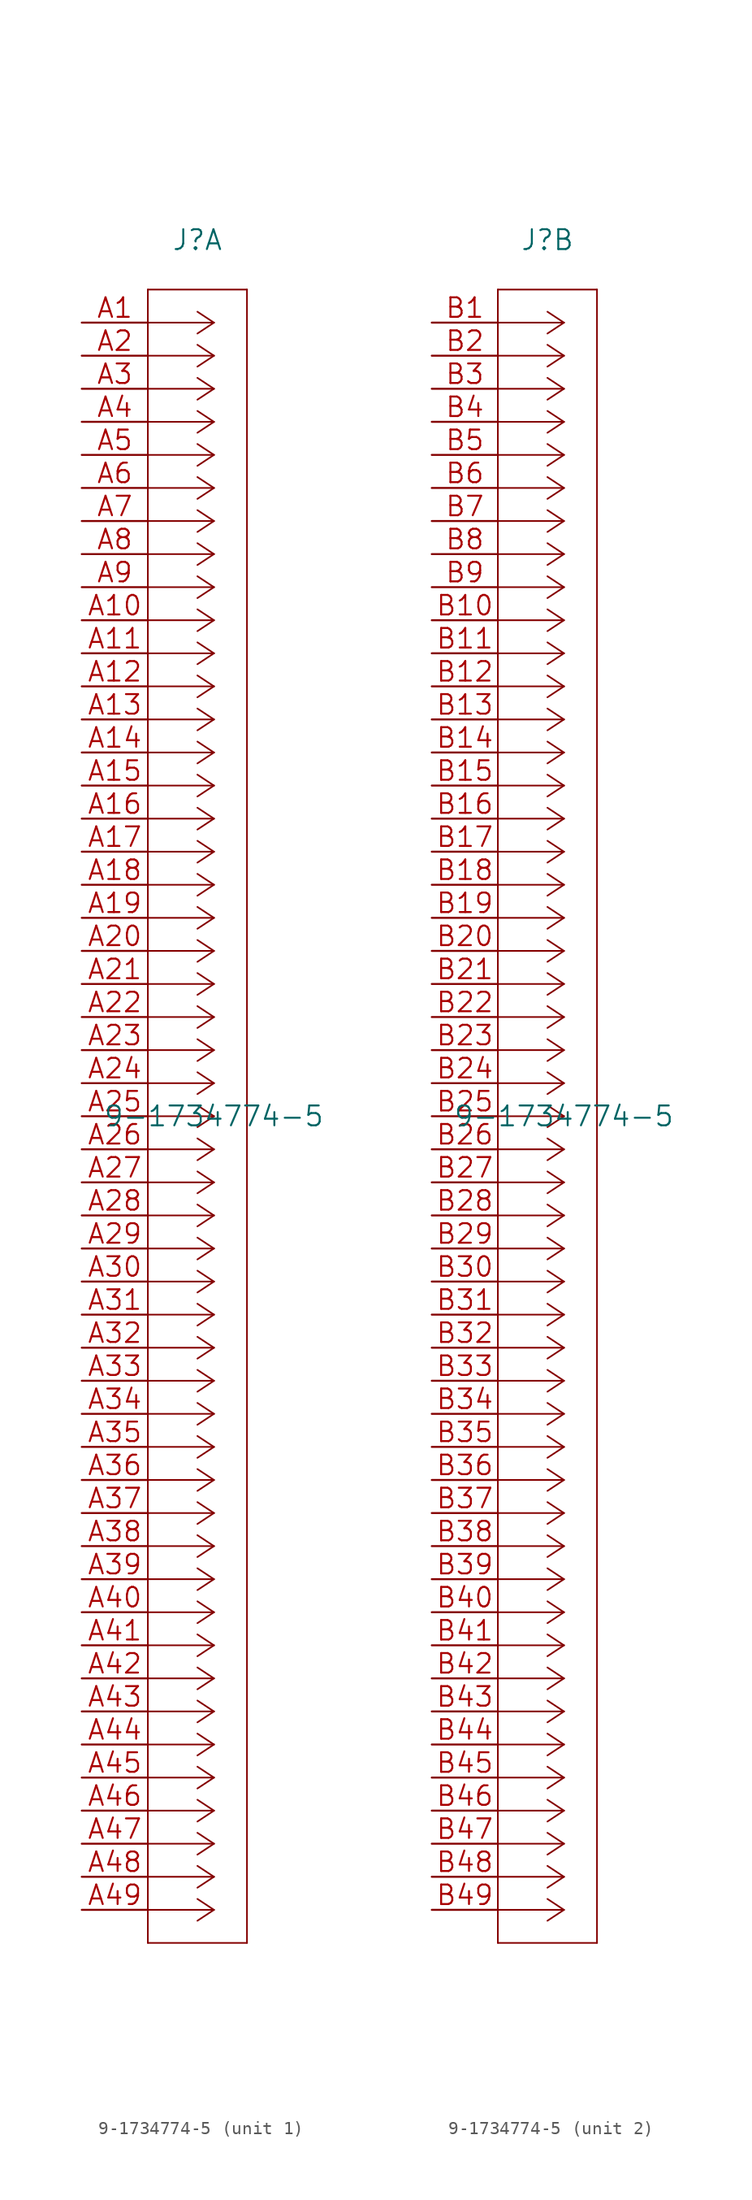
<source format=kicad_sym>
(kicad_symbol_lib
  (version 20220914)
  (generator kicad_symbol_editor)
  (symbol "9-1734774-5"
    (pin_names
      (offset 0.254) hide)
    (property "Reference" "J"
      (at 8.89 6.35 0)
      (effects (font (size 1.524 1.524))))
    (property "Value" "9-1734774-5"
      (at 10.16 -60.96 0)
      (effects (font (size 1.524 1.524))))
    (property "Datasheet" ""
      (at 0 0 0)
      (effects (font (size 1.524 1.524))))
    (property "ki_locked" ""
      (at 0 0 0)
      (effects (font (size 1.27 1.27))))
    (symbol "9-1734774-5_1_1"
      (polyline (pts (xy 5.08 -124.46) (xy 12.7 -124.46)) (stroke (width 0.127) (type solid)) (fill (type none)))
      (polyline (pts (xy 5.08 2.54) (xy 5.08 -124.46)) (stroke (width 0.127) (type solid)) (fill (type none)))
      (polyline (pts (xy 10.16 -121.92) (xy 5.08 -121.92)) (stroke (width 0.127) (type solid)) (fill (type none)))
      (polyline (pts (xy 10.16 -121.92) (xy 8.89 -122.758)) (stroke (width 0.127) (type solid)) (fill (type none)))
      (polyline (pts (xy 10.16 -121.92) (xy 8.89 -121.082)) (stroke (width 0.127) (type solid)) (fill (type none)))
      (polyline (pts (xy 10.16 -119.38) (xy 5.08 -119.38)) (stroke (width 0.127) (type solid)) (fill (type none)))
      (polyline (pts (xy 10.16 -119.38) (xy 8.89 -120.218)) (stroke (width 0.127) (type solid)) (fill (type none)))
      (polyline (pts (xy 10.16 -119.38) (xy 8.89 -118.542)) (stroke (width 0.127) (type solid)) (fill (type none)))
      (polyline (pts (xy 10.16 -116.84) (xy 5.08 -116.84)) (stroke (width 0.127) (type solid)) (fill (type none)))
      (polyline (pts (xy 10.16 -116.84) (xy 8.89 -117.678)) (stroke (width 0.127) (type solid)) (fill (type none)))
      (polyline (pts (xy 10.16 -116.84) (xy 8.89 -116.002)) (stroke (width 0.127) (type solid)) (fill (type none)))
      (polyline (pts (xy 10.16 -114.3) (xy 5.08 -114.3)) (stroke (width 0.127) (type solid)) (fill (type none)))
      (polyline (pts (xy 10.16 -114.3) (xy 8.89 -115.138)) (stroke (width 0.127) (type solid)) (fill (type none)))
      (polyline (pts (xy 10.16 -114.3) (xy 8.89 -113.462)) (stroke (width 0.127) (type solid)) (fill (type none)))
      (polyline (pts (xy 10.16 -111.76) (xy 5.08 -111.76)) (stroke (width 0.127) (type solid)) (fill (type none)))
      (polyline (pts (xy 10.16 -111.76) (xy 8.89 -112.598)) (stroke (width 0.127) (type solid)) (fill (type none)))
      (polyline (pts (xy 10.16 -111.76) (xy 8.89 -110.922)) (stroke (width 0.127) (type solid)) (fill (type none)))
      (polyline (pts (xy 10.16 -109.22) (xy 5.08 -109.22)) (stroke (width 0.127) (type solid)) (fill (type none)))
      (polyline (pts (xy 10.16 -109.22) (xy 8.89 -110.058)) (stroke (width 0.127) (type solid)) (fill (type none)))
      (polyline (pts (xy 10.16 -109.22) (xy 8.89 -108.382)) (stroke (width 0.127) (type solid)) (fill (type none)))
      (polyline (pts (xy 10.16 -106.68) (xy 5.08 -106.68)) (stroke (width 0.127) (type solid)) (fill (type none)))
      (polyline (pts (xy 10.16 -106.68) (xy 8.89 -107.518)) (stroke (width 0.127) (type solid)) (fill (type none)))
      (polyline (pts (xy 10.16 -106.68) (xy 8.89 -105.842)) (stroke (width 0.127) (type solid)) (fill (type none)))
      (polyline (pts (xy 10.16 -104.14) (xy 5.08 -104.14)) (stroke (width 0.127) (type solid)) (fill (type none)))
      (polyline (pts (xy 10.16 -104.14) (xy 8.89 -104.978)) (stroke (width 0.127) (type solid)) (fill (type none)))
      (polyline (pts (xy 10.16 -104.14) (xy 8.89 -103.302)) (stroke (width 0.127) (type solid)) (fill (type none)))
      (polyline (pts (xy 10.16 -101.6) (xy 5.08 -101.6)) (stroke (width 0.127) (type solid)) (fill (type none)))
      (polyline (pts (xy 10.16 -101.6) (xy 8.89 -102.438)) (stroke (width 0.127) (type solid)) (fill (type none)))
      (polyline (pts (xy 10.16 -101.6) (xy 8.89 -100.762)) (stroke (width 0.127) (type solid)) (fill (type none)))
      (polyline (pts (xy 10.16 -99.06) (xy 5.08 -99.06)) (stroke (width 0.127) (type solid)) (fill (type none)))
      (polyline (pts (xy 10.16 -99.06) (xy 8.89 -99.898)) (stroke (width 0.127) (type solid)) (fill (type none)))
      (polyline (pts (xy 10.16 -99.06) (xy 8.89 -98.222)) (stroke (width 0.127) (type solid)) (fill (type none)))
      (polyline (pts (xy 10.16 -96.52) (xy 5.08 -96.52)) (stroke (width 0.127) (type solid)) (fill (type none)))
      (polyline (pts (xy 10.16 -96.52) (xy 8.89 -97.358)) (stroke (width 0.127) (type solid)) (fill (type none)))
      (polyline (pts (xy 10.16 -96.52) (xy 8.89 -95.682)) (stroke (width 0.127) (type solid)) (fill (type none)))
      (polyline (pts (xy 10.16 -93.98) (xy 5.08 -93.98)) (stroke (width 0.127) (type solid)) (fill (type none)))
      (polyline (pts (xy 10.16 -93.98) (xy 8.89 -94.818)) (stroke (width 0.127) (type solid)) (fill (type none)))
      (polyline (pts (xy 10.16 -93.98) (xy 8.89 -93.142)) (stroke (width 0.127) (type solid)) (fill (type none)))
      (polyline (pts (xy 10.16 -91.44) (xy 5.08 -91.44)) (stroke (width 0.127) (type solid)) (fill (type none)))
      (polyline (pts (xy 10.16 -91.44) (xy 8.89 -92.278)) (stroke (width 0.127) (type solid)) (fill (type none)))
      (polyline (pts (xy 10.16 -91.44) (xy 8.89 -90.602)) (stroke (width 0.127) (type solid)) (fill (type none)))
      (polyline (pts (xy 10.16 -88.9) (xy 5.08 -88.9)) (stroke (width 0.127) (type solid)) (fill (type none)))
      (polyline (pts (xy 10.16 -88.9) (xy 8.89 -89.738)) (stroke (width 0.127) (type solid)) (fill (type none)))
      (polyline (pts (xy 10.16 -88.9) (xy 8.89 -88.062)) (stroke (width 0.127) (type solid)) (fill (type none)))
      (polyline (pts (xy 10.16 -86.36) (xy 5.08 -86.36)) (stroke (width 0.127) (type solid)) (fill (type none)))
      (polyline (pts (xy 10.16 -86.36) (xy 8.89 -87.198)) (stroke (width 0.127) (type solid)) (fill (type none)))
      (polyline (pts (xy 10.16 -86.36) (xy 8.89 -85.522)) (stroke (width 0.127) (type solid)) (fill (type none)))
      (polyline (pts (xy 10.16 -83.82) (xy 5.08 -83.82)) (stroke (width 0.127) (type solid)) (fill (type none)))
      (polyline (pts (xy 10.16 -83.82) (xy 8.89 -84.658)) (stroke (width 0.127) (type solid)) (fill (type none)))
      (polyline (pts (xy 10.16 -83.82) (xy 8.89 -82.982)) (stroke (width 0.127) (type solid)) (fill (type none)))
      (polyline (pts (xy 10.16 -81.28) (xy 5.08 -81.28)) (stroke (width 0.127) (type solid)) (fill (type none)))
      (polyline (pts (xy 10.16 -81.28) (xy 8.89 -82.118)) (stroke (width 0.127) (type solid)) (fill (type none)))
      (polyline (pts (xy 10.16 -81.28) (xy 8.89 -80.442)) (stroke (width 0.127) (type solid)) (fill (type none)))
      (polyline (pts (xy 10.16 -78.74) (xy 5.08 -78.74)) (stroke (width 0.127) (type solid)) (fill (type none)))
      (polyline (pts (xy 10.16 -78.74) (xy 8.89 -79.578)) (stroke (width 0.127) (type solid)) (fill (type none)))
      (polyline (pts (xy 10.16 -78.74) (xy 8.89 -77.902)) (stroke (width 0.127) (type solid)) (fill (type none)))
      (polyline (pts (xy 10.16 -76.2) (xy 5.08 -76.2)) (stroke (width 0.127) (type solid)) (fill (type none)))
      (polyline (pts (xy 10.16 -76.2) (xy 8.89 -77.038)) (stroke (width 0.127) (type solid)) (fill (type none)))
      (polyline (pts (xy 10.16 -76.2) (xy 8.89 -75.362)) (stroke (width 0.127) (type solid)) (fill (type none)))
      (polyline (pts (xy 10.16 -73.66) (xy 5.08 -73.66)) (stroke (width 0.127) (type solid)) (fill (type none)))
      (polyline (pts (xy 10.16 -73.66) (xy 8.89 -74.498)) (stroke (width 0.127) (type solid)) (fill (type none)))
      (polyline (pts (xy 10.16 -73.66) (xy 8.89 -72.822)) (stroke (width 0.127) (type solid)) (fill (type none)))
      (polyline (pts (xy 10.16 -71.12) (xy 5.08 -71.12)) (stroke (width 0.127) (type solid)) (fill (type none)))
      (polyline (pts (xy 10.16 -71.12) (xy 8.89 -71.958)) (stroke (width 0.127) (type solid)) (fill (type none)))
      (polyline (pts (xy 10.16 -71.12) (xy 8.89 -70.282)) (stroke (width 0.127) (type solid)) (fill (type none)))
      (polyline (pts (xy 10.16 -68.58) (xy 5.08 -68.58)) (stroke (width 0.127) (type solid)) (fill (type none)))
      (polyline (pts (xy 10.16 -68.58) (xy 8.89 -69.418)) (stroke (width 0.127) (type solid)) (fill (type none)))
      (polyline (pts (xy 10.16 -68.58) (xy 8.89 -67.742)) (stroke (width 0.127) (type solid)) (fill (type none)))
      (polyline (pts (xy 10.16 -66.04) (xy 5.08 -66.04)) (stroke (width 0.127) (type solid)) (fill (type none)))
      (polyline (pts (xy 10.16 -66.04) (xy 8.89 -66.878)) (stroke (width 0.127) (type solid)) (fill (type none)))
      (polyline (pts (xy 10.16 -66.04) (xy 8.89 -65.202)) (stroke (width 0.127) (type solid)) (fill (type none)))
      (polyline (pts (xy 10.16 -63.5) (xy 5.08 -63.5)) (stroke (width 0.127) (type solid)) (fill (type none)))
      (polyline (pts (xy 10.16 -63.5) (xy 8.89 -64.338)) (stroke (width 0.127) (type solid)) (fill (type none)))
      (polyline (pts (xy 10.16 -63.5) (xy 8.89 -62.662)) (stroke (width 0.127) (type solid)) (fill (type none)))
      (polyline (pts (xy 10.16 -60.96) (xy 5.08 -60.96)) (stroke (width 0.127) (type solid)) (fill (type none)))
      (polyline (pts (xy 10.16 -60.96) (xy 8.89 -61.798)) (stroke (width 0.127) (type solid)) (fill (type none)))
      (polyline (pts (xy 10.16 -60.96) (xy 8.89 -60.122)) (stroke (width 0.127) (type solid)) (fill (type none)))
      (polyline (pts (xy 10.16 -58.42) (xy 5.08 -58.42)) (stroke (width 0.127) (type solid)) (fill (type none)))
      (polyline (pts (xy 10.16 -58.42) (xy 8.89 -59.258)) (stroke (width 0.127) (type solid)) (fill (type none)))
      (polyline (pts (xy 10.16 -58.42) (xy 8.89 -57.582)) (stroke (width 0.127) (type solid)) (fill (type none)))
      (polyline (pts (xy 10.16 -55.88) (xy 5.08 -55.88)) (stroke (width 0.127) (type solid)) (fill (type none)))
      (polyline (pts (xy 10.16 -55.88) (xy 8.89 -56.718)) (stroke (width 0.127) (type solid)) (fill (type none)))
      (polyline (pts (xy 10.16 -55.88) (xy 8.89 -55.042)) (stroke (width 0.127) (type solid)) (fill (type none)))
      (polyline (pts (xy 10.16 -53.34) (xy 5.08 -53.34)) (stroke (width 0.127) (type solid)) (fill (type none)))
      (polyline (pts (xy 10.16 -53.34) (xy 8.89 -54.178)) (stroke (width 0.127) (type solid)) (fill (type none)))
      (polyline (pts (xy 10.16 -53.34) (xy 8.89 -52.502)) (stroke (width 0.127) (type solid)) (fill (type none)))
      (polyline (pts (xy 10.16 -50.8) (xy 5.08 -50.8)) (stroke (width 0.127) (type solid)) (fill (type none)))
      (polyline (pts (xy 10.16 -50.8) (xy 8.89 -51.638)) (stroke (width 0.127) (type solid)) (fill (type none)))
      (polyline (pts (xy 10.16 -50.8) (xy 8.89 -49.962)) (stroke (width 0.127) (type solid)) (fill (type none)))
      (polyline (pts (xy 10.16 -48.26) (xy 5.08 -48.26)) (stroke (width 0.127) (type solid)) (fill (type none)))
      (polyline (pts (xy 10.16 -48.26) (xy 8.89 -49.098)) (stroke (width 0.127) (type solid)) (fill (type none)))
      (polyline (pts (xy 10.16 -48.26) (xy 8.89 -47.422)) (stroke (width 0.127) (type solid)) (fill (type none)))
      (polyline (pts (xy 10.16 -45.72) (xy 5.08 -45.72)) (stroke (width 0.127) (type solid)) (fill (type none)))
      (polyline (pts (xy 10.16 -45.72) (xy 8.89 -46.558)) (stroke (width 0.127) (type solid)) (fill (type none)))
      (polyline (pts (xy 10.16 -45.72) (xy 8.89 -44.882)) (stroke (width 0.127) (type solid)) (fill (type none)))
      (polyline (pts (xy 10.16 -43.18) (xy 5.08 -43.18)) (stroke (width 0.127) (type solid)) (fill (type none)))
      (polyline (pts (xy 10.16 -43.18) (xy 8.89 -44.018)) (stroke (width 0.127) (type solid)) (fill (type none)))
      (polyline (pts (xy 10.16 -43.18) (xy 8.89 -42.342)) (stroke (width 0.127) (type solid)) (fill (type none)))
      (polyline (pts (xy 10.16 -40.64) (xy 5.08 -40.64)) (stroke (width 0.127) (type solid)) (fill (type none)))
      (polyline (pts (xy 10.16 -40.64) (xy 8.89 -41.478)) (stroke (width 0.127) (type solid)) (fill (type none)))
      (polyline (pts (xy 10.16 -40.64) (xy 8.89 -39.802)) (stroke (width 0.127) (type solid)) (fill (type none)))
      (polyline (pts (xy 10.16 -38.1) (xy 5.08 -38.1)) (stroke (width 0.127) (type solid)) (fill (type none)))
      (polyline (pts (xy 10.16 -38.1) (xy 8.89 -38.938)) (stroke (width 0.127) (type solid)) (fill (type none)))
      (polyline (pts (xy 10.16 -38.1) (xy 8.89 -37.262)) (stroke (width 0.127) (type solid)) (fill (type none)))
      (polyline (pts (xy 10.16 -35.56) (xy 5.08 -35.56)) (stroke (width 0.127) (type solid)) (fill (type none)))
      (polyline (pts (xy 10.16 -35.56) (xy 8.89 -36.398)) (stroke (width 0.127) (type solid)) (fill (type none)))
      (polyline (pts (xy 10.16 -35.56) (xy 8.89 -34.722)) (stroke (width 0.127) (type solid)) (fill (type none)))
      (polyline (pts (xy 10.16 -33.02) (xy 5.08 -33.02)) (stroke (width 0.127) (type solid)) (fill (type none)))
      (polyline (pts (xy 10.16 -33.02) (xy 8.89 -33.858)) (stroke (width 0.127) (type solid)) (fill (type none)))
      (polyline (pts (xy 10.16 -33.02) (xy 8.89 -32.182)) (stroke (width 0.127) (type solid)) (fill (type none)))
      (polyline (pts (xy 10.16 -30.48) (xy 5.08 -30.48)) (stroke (width 0.127) (type solid)) (fill (type none)))
      (polyline (pts (xy 10.16 -30.48) (xy 8.89 -31.318)) (stroke (width 0.127) (type solid)) (fill (type none)))
      (polyline (pts (xy 10.16 -30.48) (xy 8.89 -29.642)) (stroke (width 0.127) (type solid)) (fill (type none)))
      (polyline (pts (xy 10.16 -27.94) (xy 5.08 -27.94)) (stroke (width 0.127) (type solid)) (fill (type none)))
      (polyline (pts (xy 10.16 -27.94) (xy 8.89 -28.778)) (stroke (width 0.127) (type solid)) (fill (type none)))
      (polyline (pts (xy 10.16 -27.94) (xy 8.89 -27.102)) (stroke (width 0.127) (type solid)) (fill (type none)))
      (polyline (pts (xy 10.16 -25.4) (xy 5.08 -25.4)) (stroke (width 0.127) (type solid)) (fill (type none)))
      (polyline (pts (xy 10.16 -25.4) (xy 8.89 -26.238)) (stroke (width 0.127) (type solid)) (fill (type none)))
      (polyline (pts (xy 10.16 -25.4) (xy 8.89 -24.562)) (stroke (width 0.127) (type solid)) (fill (type none)))
      (polyline (pts (xy 10.16 -22.86) (xy 5.08 -22.86)) (stroke (width 0.127) (type solid)) (fill (type none)))
      (polyline (pts (xy 10.16 -22.86) (xy 8.89 -23.698)) (stroke (width 0.127) (type solid)) (fill (type none)))
      (polyline (pts (xy 10.16 -22.86) (xy 8.89 -22.022)) (stroke (width 0.127) (type solid)) (fill (type none)))
      (polyline (pts (xy 10.16 -20.32) (xy 5.08 -20.32)) (stroke (width 0.127) (type solid)) (fill (type none)))
      (polyline (pts (xy 10.16 -20.32) (xy 8.89 -21.158)) (stroke (width 0.127) (type solid)) (fill (type none)))
      (polyline (pts (xy 10.16 -20.32) (xy 8.89 -19.482)) (stroke (width 0.127) (type solid)) (fill (type none)))
      (polyline (pts (xy 10.16 -17.78) (xy 5.08 -17.78)) (stroke (width 0.127) (type solid)) (fill (type none)))
      (polyline (pts (xy 10.16 -17.78) (xy 8.89 -18.618)) (stroke (width 0.127) (type solid)) (fill (type none)))
      (polyline (pts (xy 10.16 -17.78) (xy 8.89 -16.942)) (stroke (width 0.127) (type solid)) (fill (type none)))
      (polyline (pts (xy 10.16 -15.24) (xy 5.08 -15.24)) (stroke (width 0.127) (type solid)) (fill (type none)))
      (polyline (pts (xy 10.16 -15.24) (xy 8.89 -16.078)) (stroke (width 0.127) (type solid)) (fill (type none)))
      (polyline (pts (xy 10.16 -15.24) (xy 8.89 -14.402)) (stroke (width 0.127) (type solid)) (fill (type none)))
      (polyline (pts (xy 10.16 -12.7) (xy 5.08 -12.7)) (stroke (width 0.127) (type solid)) (fill (type none)))
      (polyline (pts (xy 10.16 -12.7) (xy 8.89 -13.538)) (stroke (width 0.127) (type solid)) (fill (type none)))
      (polyline (pts (xy 10.16 -12.7) (xy 8.89 -11.862)) (stroke (width 0.127) (type solid)) (fill (type none)))
      (polyline (pts (xy 10.16 -10.16) (xy 5.08 -10.16)) (stroke (width 0.127) (type solid)) (fill (type none)))
      (polyline (pts (xy 10.16 -10.16) (xy 8.89 -10.998)) (stroke (width 0.127) (type solid)) (fill (type none)))
      (polyline (pts (xy 10.16 -10.16) (xy 8.89 -9.322)) (stroke (width 0.127) (type solid)) (fill (type none)))
      (polyline (pts (xy 10.16 -7.62) (xy 5.08 -7.62)) (stroke (width 0.127) (type solid)) (fill (type none)))
      (polyline (pts (xy 10.16 -7.62) (xy 8.89 -8.458)) (stroke (width 0.127) (type solid)) (fill (type none)))
      (polyline (pts (xy 10.16 -7.62) (xy 8.89 -6.782)) (stroke (width 0.127) (type solid)) (fill (type none)))
      (polyline (pts (xy 10.16 -5.08) (xy 5.08 -5.08)) (stroke (width 0.127) (type solid)) (fill (type none)))
      (polyline (pts (xy 10.16 -5.08) (xy 8.89 -5.918)) (stroke (width 0.127) (type solid)) (fill (type none)))
      (polyline (pts (xy 10.16 -5.08) (xy 8.89 -4.242)) (stroke (width 0.127) (type solid)) (fill (type none)))
      (polyline (pts (xy 10.16 -2.54) (xy 5.08 -2.54)) (stroke (width 0.127) (type solid)) (fill (type none)))
      (polyline (pts (xy 10.16 -2.54) (xy 8.89 -3.378)) (stroke (width 0.127) (type solid)) (fill (type none)))
      (polyline (pts (xy 10.16 -2.54) (xy 8.89 -1.702)) (stroke (width 0.127) (type solid)) (fill (type none)))
      (polyline (pts (xy 10.16 0) (xy 5.08 0)) (stroke (width 0.127) (type solid)) (fill (type none)))
      (polyline (pts (xy 10.16 0) (xy 8.89 -0.838)) (stroke (width 0.127) (type solid)) (fill (type none)))
      (polyline (pts (xy 10.16 0) (xy 8.89 0.838)) (stroke (width 0.127) (type solid)) (fill (type none)))
      (polyline (pts (xy 12.7 -124.46) (xy 12.7 2.54)) (stroke (width 0.127) (type solid)) (fill (type none)))
      (polyline (pts (xy 12.7 2.54) (xy 5.08 2.54)) (stroke (width 0.127) (type solid)) (fill (type none)))
      (pin unspecified line (at 0 0 0) (length 5.08) (name "A1" (effects (font (size 1.499 1.499)))) (number "A1" (effects (font (size 1.499 1.499)))))
      (pin unspecified line (at 0 -22.86 0) (length 5.08) (name "A10" (effects (font (size 1.499 1.499)))) (number "A10" (effects (font (size 1.499 1.499)))))
      (pin unspecified line (at 0 -25.4 0) (length 5.08) (name "A11" (effects (font (size 1.499 1.499)))) (number "A11" (effects (font (size 1.499 1.499)))))
      (pin unspecified line (at 0 -27.94 0) (length 5.08) (name "A12" (effects (font (size 1.499 1.499)))) (number "A12" (effects (font (size 1.499 1.499)))))
      (pin unspecified line (at 0 -30.48 0) (length 5.08) (name "A13" (effects (font (size 1.499 1.499)))) (number "A13" (effects (font (size 1.499 1.499)))))
      (pin unspecified line (at 0 -33.02 0) (length 5.08) (name "A14" (effects (font (size 1.499 1.499)))) (number "A14" (effects (font (size 1.499 1.499)))))
      (pin unspecified line (at 0 -35.56 0) (length 5.08) (name "A15" (effects (font (size 1.499 1.499)))) (number "A15" (effects (font (size 1.499 1.499)))))
      (pin unspecified line (at 0 -38.1 0) (length 5.08) (name "A16" (effects (font (size 1.499 1.499)))) (number "A16" (effects (font (size 1.499 1.499)))))
      (pin unspecified line (at 0 -40.64 0) (length 5.08) (name "A17" (effects (font (size 1.499 1.499)))) (number "A17" (effects (font (size 1.499 1.499)))))
      (pin unspecified line (at 0 -43.18 0) (length 5.08) (name "A18" (effects (font (size 1.499 1.499)))) (number "A18" (effects (font (size 1.499 1.499)))))
      (pin unspecified line (at 0 -45.72 0) (length 5.08) (name "A19" (effects (font (size 1.499 1.499)))) (number "A19" (effects (font (size 1.499 1.499)))))
      (pin unspecified line (at 0 -2.54 0) (length 5.08) (name "A2" (effects (font (size 1.499 1.499)))) (number "A2" (effects (font (size 1.499 1.499)))))
      (pin unspecified line (at 0 -48.26 0) (length 5.08) (name "A20" (effects (font (size 1.499 1.499)))) (number "A20" (effects (font (size 1.499 1.499)))))
      (pin unspecified line (at 0 -50.8 0) (length 5.08) (name "A21" (effects (font (size 1.499 1.499)))) (number "A21" (effects (font (size 1.499 1.499)))))
      (pin unspecified line (at 0 -53.34 0) (length 5.08) (name "A22" (effects (font (size 1.499 1.499)))) (number "A22" (effects (font (size 1.499 1.499)))))
      (pin unspecified line (at 0 -55.88 0) (length 5.08) (name "A23" (effects (font (size 1.499 1.499)))) (number "A23" (effects (font (size 1.499 1.499)))))
      (pin unspecified line (at 0 -58.42 0) (length 5.08) (name "A24" (effects (font (size 1.499 1.499)))) (number "A24" (effects (font (size 1.499 1.499)))))
      (pin unspecified line (at 0 -60.96 0) (length 5.08) (name "A25" (effects (font (size 1.499 1.499)))) (number "A25" (effects (font (size 1.499 1.499)))))
      (pin unspecified line (at 0 -63.5 0) (length 5.08) (name "A26" (effects (font (size 1.499 1.499)))) (number "A26" (effects (font (size 1.499 1.499)))))
      (pin unspecified line (at 0 -66.04 0) (length 5.08) (name "A27" (effects (font (size 1.499 1.499)))) (number "A27" (effects (font (size 1.499 1.499)))))
      (pin unspecified line (at 0 -68.58 0) (length 5.08) (name "A28" (effects (font (size 1.499 1.499)))) (number "A28" (effects (font (size 1.499 1.499)))))
      (pin unspecified line (at 0 -71.12 0) (length 5.08) (name "A29" (effects (font (size 1.499 1.499)))) (number "A29" (effects (font (size 1.499 1.499)))))
      (pin unspecified line (at 0 -5.08 0) (length 5.08) (name "A3" (effects (font (size 1.499 1.499)))) (number "A3" (effects (font (size 1.499 1.499)))))
      (pin unspecified line (at 0 -73.66 0) (length 5.08) (name "A30" (effects (font (size 1.499 1.499)))) (number "A30" (effects (font (size 1.499 1.499)))))
      (pin unspecified line (at 0 -76.2 0) (length 5.08) (name "A31" (effects (font (size 1.499 1.499)))) (number "A31" (effects (font (size 1.499 1.499)))))
      (pin unspecified line (at 0 -78.74 0) (length 5.08) (name "A32" (effects (font (size 1.499 1.499)))) (number "A32" (effects (font (size 1.499 1.499)))))
      (pin unspecified line (at 0 -81.28 0) (length 5.08) (name "A33" (effects (font (size 1.499 1.499)))) (number "A33" (effects (font (size 1.499 1.499)))))
      (pin unspecified line (at 0 -83.82 0) (length 5.08) (name "A34" (effects (font (size 1.499 1.499)))) (number "A34" (effects (font (size 1.499 1.499)))))
      (pin unspecified line (at 0 -86.36 0) (length 5.08) (name "A35" (effects (font (size 1.499 1.499)))) (number "A35" (effects (font (size 1.499 1.499)))))
      (pin unspecified line (at 0 -88.9 0) (length 5.08) (name "A36" (effects (font (size 1.499 1.499)))) (number "A36" (effects (font (size 1.499 1.499)))))
      (pin unspecified line (at 0 -91.44 0) (length 5.08) (name "A37" (effects (font (size 1.499 1.499)))) (number "A37" (effects (font (size 1.499 1.499)))))
      (pin unspecified line (at 0 -93.98 0) (length 5.08) (name "A38" (effects (font (size 1.499 1.499)))) (number "A38" (effects (font (size 1.499 1.499)))))
      (pin unspecified line (at 0 -96.52 0) (length 5.08) (name "A39" (effects (font (size 1.499 1.499)))) (number "A39" (effects (font (size 1.499 1.499)))))
      (pin unspecified line (at 0 -7.62 0) (length 5.08) (name "A4" (effects (font (size 1.499 1.499)))) (number "A4" (effects (font (size 1.499 1.499)))))
      (pin unspecified line (at 0 -99.06 0) (length 5.08) (name "A40" (effects (font (size 1.499 1.499)))) (number "A40" (effects (font (size 1.499 1.499)))))
      (pin unspecified line (at 0 -101.6 0) (length 5.08) (name "A41" (effects (font (size 1.499 1.499)))) (number "A41" (effects (font (size 1.499 1.499)))))
      (pin unspecified line (at 0 -104.14 0) (length 5.08) (name "A42" (effects (font (size 1.499 1.499)))) (number "A42" (effects (font (size 1.499 1.499)))))
      (pin unspecified line (at 0 -106.68 0) (length 5.08) (name "A43" (effects (font (size 1.499 1.499)))) (number "A43" (effects (font (size 1.499 1.499)))))
      (pin unspecified line (at 0 -109.22 0) (length 5.08) (name "A44" (effects (font (size 1.499 1.499)))) (number "A44" (effects (font (size 1.499 1.499)))))
      (pin unspecified line (at 0 -111.76 0) (length 5.08) (name "A45" (effects (font (size 1.499 1.499)))) (number "A45" (effects (font (size 1.499 1.499)))))
      (pin unspecified line (at 0 -114.3 0) (length 5.08) (name "A46" (effects (font (size 1.499 1.499)))) (number "A46" (effects (font (size 1.499 1.499)))))
      (pin unspecified line (at 0 -116.84 0) (length 5.08) (name "A47" (effects (font (size 1.499 1.499)))) (number "A47" (effects (font (size 1.499 1.499)))))
      (pin unspecified line (at 0 -119.38 0) (length 5.08) (name "A48" (effects (font (size 1.499 1.499)))) (number "A48" (effects (font (size 1.499 1.499)))))
      (pin unspecified line (at 0 -121.92 0) (length 5.08) (name "A49" (effects (font (size 1.499 1.499)))) (number "A49" (effects (font (size 1.499 1.499)))))
      (pin unspecified line (at 0 -10.16 0) (length 5.08) (name "A5" (effects (font (size 1.499 1.499)))) (number "A5" (effects (font (size 1.499 1.499)))))
      (pin unspecified line (at 0 -12.7 0) (length 5.08) (name "A6" (effects (font (size 1.499 1.499)))) (number "A6" (effects (font (size 1.499 1.499)))))
      (pin unspecified line (at 0 -15.24 0) (length 5.08) (name "A7" (effects (font (size 1.499 1.499)))) (number "A7" (effects (font (size 1.499 1.499)))))
      (pin unspecified line (at 0 -17.78 0) (length 5.08) (name "A8" (effects (font (size 1.499 1.499)))) (number "A8" (effects (font (size 1.499 1.499)))))
      (pin unspecified line (at 0 -20.32 0) (length 5.08) (name "A9" (effects (font (size 1.499 1.499)))) (number "A9" (effects (font (size 1.499 1.499))))))
    (symbol "9-1734774-5_2_1"
      (polyline (pts (xy 5.08 -124.46) (xy 12.7 -124.46)) (stroke (width 0.127) (type solid)) (fill (type none)))
      (polyline (pts (xy 5.08 2.54) (xy 5.08 -124.46)) (stroke (width 0.127) (type solid)) (fill (type none)))
      (polyline (pts (xy 10.16 -121.92) (xy 5.08 -121.92)) (stroke (width 0.127) (type solid)) (fill (type none)))
      (polyline (pts (xy 10.16 -121.92) (xy 8.89 -122.758)) (stroke (width 0.127) (type solid)) (fill (type none)))
      (polyline (pts (xy 10.16 -121.92) (xy 8.89 -121.082)) (stroke (width 0.127) (type solid)) (fill (type none)))
      (polyline (pts (xy 10.16 -119.38) (xy 5.08 -119.38)) (stroke (width 0.127) (type solid)) (fill (type none)))
      (polyline (pts (xy 10.16 -119.38) (xy 8.89 -120.218)) (stroke (width 0.127) (type solid)) (fill (type none)))
      (polyline (pts (xy 10.16 -119.38) (xy 8.89 -118.542)) (stroke (width 0.127) (type solid)) (fill (type none)))
      (polyline (pts (xy 10.16 -116.84) (xy 5.08 -116.84)) (stroke (width 0.127) (type solid)) (fill (type none)))
      (polyline (pts (xy 10.16 -116.84) (xy 8.89 -117.678)) (stroke (width 0.127) (type solid)) (fill (type none)))
      (polyline (pts (xy 10.16 -116.84) (xy 8.89 -116.002)) (stroke (width 0.127) (type solid)) (fill (type none)))
      (polyline (pts (xy 10.16 -114.3) (xy 5.08 -114.3)) (stroke (width 0.127) (type solid)) (fill (type none)))
      (polyline (pts (xy 10.16 -114.3) (xy 8.89 -115.138)) (stroke (width 0.127) (type solid)) (fill (type none)))
      (polyline (pts (xy 10.16 -114.3) (xy 8.89 -113.462)) (stroke (width 0.127) (type solid)) (fill (type none)))
      (polyline (pts (xy 10.16 -111.76) (xy 5.08 -111.76)) (stroke (width 0.127) (type solid)) (fill (type none)))
      (polyline (pts (xy 10.16 -111.76) (xy 8.89 -112.598)) (stroke (width 0.127) (type solid)) (fill (type none)))
      (polyline (pts (xy 10.16 -111.76) (xy 8.89 -110.922)) (stroke (width 0.127) (type solid)) (fill (type none)))
      (polyline (pts (xy 10.16 -109.22) (xy 5.08 -109.22)) (stroke (width 0.127) (type solid)) (fill (type none)))
      (polyline (pts (xy 10.16 -109.22) (xy 8.89 -110.058)) (stroke (width 0.127) (type solid)) (fill (type none)))
      (polyline (pts (xy 10.16 -109.22) (xy 8.89 -108.382)) (stroke (width 0.127) (type solid)) (fill (type none)))
      (polyline (pts (xy 10.16 -106.68) (xy 5.08 -106.68)) (stroke (width 0.127) (type solid)) (fill (type none)))
      (polyline (pts (xy 10.16 -106.68) (xy 8.89 -107.518)) (stroke (width 0.127) (type solid)) (fill (type none)))
      (polyline (pts (xy 10.16 -106.68) (xy 8.89 -105.842)) (stroke (width 0.127) (type solid)) (fill (type none)))
      (polyline (pts (xy 10.16 -104.14) (xy 5.08 -104.14)) (stroke (width 0.127) (type solid)) (fill (type none)))
      (polyline (pts (xy 10.16 -104.14) (xy 8.89 -104.978)) (stroke (width 0.127) (type solid)) (fill (type none)))
      (polyline (pts (xy 10.16 -104.14) (xy 8.89 -103.302)) (stroke (width 0.127) (type solid)) (fill (type none)))
      (polyline (pts (xy 10.16 -101.6) (xy 5.08 -101.6)) (stroke (width 0.127) (type solid)) (fill (type none)))
      (polyline (pts (xy 10.16 -101.6) (xy 8.89 -102.438)) (stroke (width 0.127) (type solid)) (fill (type none)))
      (polyline (pts (xy 10.16 -101.6) (xy 8.89 -100.762)) (stroke (width 0.127) (type solid)) (fill (type none)))
      (polyline (pts (xy 10.16 -99.06) (xy 5.08 -99.06)) (stroke (width 0.127) (type solid)) (fill (type none)))
      (polyline (pts (xy 10.16 -99.06) (xy 8.89 -99.898)) (stroke (width 0.127) (type solid)) (fill (type none)))
      (polyline (pts (xy 10.16 -99.06) (xy 8.89 -98.222)) (stroke (width 0.127) (type solid)) (fill (type none)))
      (polyline (pts (xy 10.16 -96.52) (xy 5.08 -96.52)) (stroke (width 0.127) (type solid)) (fill (type none)))
      (polyline (pts (xy 10.16 -96.52) (xy 8.89 -97.358)) (stroke (width 0.127) (type solid)) (fill (type none)))
      (polyline (pts (xy 10.16 -96.52) (xy 8.89 -95.682)) (stroke (width 0.127) (type solid)) (fill (type none)))
      (polyline (pts (xy 10.16 -93.98) (xy 5.08 -93.98)) (stroke (width 0.127) (type solid)) (fill (type none)))
      (polyline (pts (xy 10.16 -93.98) (xy 8.89 -94.818)) (stroke (width 0.127) (type solid)) (fill (type none)))
      (polyline (pts (xy 10.16 -93.98) (xy 8.89 -93.142)) (stroke (width 0.127) (type solid)) (fill (type none)))
      (polyline (pts (xy 10.16 -91.44) (xy 5.08 -91.44)) (stroke (width 0.127) (type solid)) (fill (type none)))
      (polyline (pts (xy 10.16 -91.44) (xy 8.89 -92.278)) (stroke (width 0.127) (type solid)) (fill (type none)))
      (polyline (pts (xy 10.16 -91.44) (xy 8.89 -90.602)) (stroke (width 0.127) (type solid)) (fill (type none)))
      (polyline (pts (xy 10.16 -88.9) (xy 5.08 -88.9)) (stroke (width 0.127) (type solid)) (fill (type none)))
      (polyline (pts (xy 10.16 -88.9) (xy 8.89 -89.738)) (stroke (width 0.127) (type solid)) (fill (type none)))
      (polyline (pts (xy 10.16 -88.9) (xy 8.89 -88.062)) (stroke (width 0.127) (type solid)) (fill (type none)))
      (polyline (pts (xy 10.16 -86.36) (xy 5.08 -86.36)) (stroke (width 0.127) (type solid)) (fill (type none)))
      (polyline (pts (xy 10.16 -86.36) (xy 8.89 -87.198)) (stroke (width 0.127) (type solid)) (fill (type none)))
      (polyline (pts (xy 10.16 -86.36) (xy 8.89 -85.522)) (stroke (width 0.127) (type solid)) (fill (type none)))
      (polyline (pts (xy 10.16 -83.82) (xy 5.08 -83.82)) (stroke (width 0.127) (type solid)) (fill (type none)))
      (polyline (pts (xy 10.16 -83.82) (xy 8.89 -84.658)) (stroke (width 0.127) (type solid)) (fill (type none)))
      (polyline (pts (xy 10.16 -83.82) (xy 8.89 -82.982)) (stroke (width 0.127) (type solid)) (fill (type none)))
      (polyline (pts (xy 10.16 -81.28) (xy 5.08 -81.28)) (stroke (width 0.127) (type solid)) (fill (type none)))
      (polyline (pts (xy 10.16 -81.28) (xy 8.89 -82.118)) (stroke (width 0.127) (type solid)) (fill (type none)))
      (polyline (pts (xy 10.16 -81.28) (xy 8.89 -80.442)) (stroke (width 0.127) (type solid)) (fill (type none)))
      (polyline (pts (xy 10.16 -78.74) (xy 5.08 -78.74)) (stroke (width 0.127) (type solid)) (fill (type none)))
      (polyline (pts (xy 10.16 -78.74) (xy 8.89 -79.578)) (stroke (width 0.127) (type solid)) (fill (type none)))
      (polyline (pts (xy 10.16 -78.74) (xy 8.89 -77.902)) (stroke (width 0.127) (type solid)) (fill (type none)))
      (polyline (pts (xy 10.16 -76.2) (xy 5.08 -76.2)) (stroke (width 0.127) (type solid)) (fill (type none)))
      (polyline (pts (xy 10.16 -76.2) (xy 8.89 -77.038)) (stroke (width 0.127) (type solid)) (fill (type none)))
      (polyline (pts (xy 10.16 -76.2) (xy 8.89 -75.362)) (stroke (width 0.127) (type solid)) (fill (type none)))
      (polyline (pts (xy 10.16 -73.66) (xy 5.08 -73.66)) (stroke (width 0.127) (type solid)) (fill (type none)))
      (polyline (pts (xy 10.16 -73.66) (xy 8.89 -74.498)) (stroke (width 0.127) (type solid)) (fill (type none)))
      (polyline (pts (xy 10.16 -73.66) (xy 8.89 -72.822)) (stroke (width 0.127) (type solid)) (fill (type none)))
      (polyline (pts (xy 10.16 -71.12) (xy 5.08 -71.12)) (stroke (width 0.127) (type solid)) (fill (type none)))
      (polyline (pts (xy 10.16 -71.12) (xy 8.89 -71.958)) (stroke (width 0.127) (type solid)) (fill (type none)))
      (polyline (pts (xy 10.16 -71.12) (xy 8.89 -70.282)) (stroke (width 0.127) (type solid)) (fill (type none)))
      (polyline (pts (xy 10.16 -68.58) (xy 5.08 -68.58)) (stroke (width 0.127) (type solid)) (fill (type none)))
      (polyline (pts (xy 10.16 -68.58) (xy 8.89 -69.418)) (stroke (width 0.127) (type solid)) (fill (type none)))
      (polyline (pts (xy 10.16 -68.58) (xy 8.89 -67.742)) (stroke (width 0.127) (type solid)) (fill (type none)))
      (polyline (pts (xy 10.16 -66.04) (xy 5.08 -66.04)) (stroke (width 0.127) (type solid)) (fill (type none)))
      (polyline (pts (xy 10.16 -66.04) (xy 8.89 -66.878)) (stroke (width 0.127) (type solid)) (fill (type none)))
      (polyline (pts (xy 10.16 -66.04) (xy 8.89 -65.202)) (stroke (width 0.127) (type solid)) (fill (type none)))
      (polyline (pts (xy 10.16 -63.5) (xy 5.08 -63.5)) (stroke (width 0.127) (type solid)) (fill (type none)))
      (polyline (pts (xy 10.16 -63.5) (xy 8.89 -64.338)) (stroke (width 0.127) (type solid)) (fill (type none)))
      (polyline (pts (xy 10.16 -63.5) (xy 8.89 -62.662)) (stroke (width 0.127) (type solid)) (fill (type none)))
      (polyline (pts (xy 10.16 -60.96) (xy 5.08 -60.96)) (stroke (width 0.127) (type solid)) (fill (type none)))
      (polyline (pts (xy 10.16 -60.96) (xy 8.89 -61.798)) (stroke (width 0.127) (type solid)) (fill (type none)))
      (polyline (pts (xy 10.16 -60.96) (xy 8.89 -60.122)) (stroke (width 0.127) (type solid)) (fill (type none)))
      (polyline (pts (xy 10.16 -58.42) (xy 5.08 -58.42)) (stroke (width 0.127) (type solid)) (fill (type none)))
      (polyline (pts (xy 10.16 -58.42) (xy 8.89 -59.258)) (stroke (width 0.127) (type solid)) (fill (type none)))
      (polyline (pts (xy 10.16 -58.42) (xy 8.89 -57.582)) (stroke (width 0.127) (type solid)) (fill (type none)))
      (polyline (pts (xy 10.16 -55.88) (xy 5.08 -55.88)) (stroke (width 0.127) (type solid)) (fill (type none)))
      (polyline (pts (xy 10.16 -55.88) (xy 8.89 -56.718)) (stroke (width 0.127) (type solid)) (fill (type none)))
      (polyline (pts (xy 10.16 -55.88) (xy 8.89 -55.042)) (stroke (width 0.127) (type solid)) (fill (type none)))
      (polyline (pts (xy 10.16 -53.34) (xy 5.08 -53.34)) (stroke (width 0.127) (type solid)) (fill (type none)))
      (polyline (pts (xy 10.16 -53.34) (xy 8.89 -54.178)) (stroke (width 0.127) (type solid)) (fill (type none)))
      (polyline (pts (xy 10.16 -53.34) (xy 8.89 -52.502)) (stroke (width 0.127) (type solid)) (fill (type none)))
      (polyline (pts (xy 10.16 -50.8) (xy 5.08 -50.8)) (stroke (width 0.127) (type solid)) (fill (type none)))
      (polyline (pts (xy 10.16 -50.8) (xy 8.89 -51.638)) (stroke (width 0.127) (type solid)) (fill (type none)))
      (polyline (pts (xy 10.16 -50.8) (xy 8.89 -49.962)) (stroke (width 0.127) (type solid)) (fill (type none)))
      (polyline (pts (xy 10.16 -48.26) (xy 5.08 -48.26)) (stroke (width 0.127) (type solid)) (fill (type none)))
      (polyline (pts (xy 10.16 -48.26) (xy 8.89 -49.098)) (stroke (width 0.127) (type solid)) (fill (type none)))
      (polyline (pts (xy 10.16 -48.26) (xy 8.89 -47.422)) (stroke (width 0.127) (type solid)) (fill (type none)))
      (polyline (pts (xy 10.16 -45.72) (xy 5.08 -45.72)) (stroke (width 0.127) (type solid)) (fill (type none)))
      (polyline (pts (xy 10.16 -45.72) (xy 8.89 -46.558)) (stroke (width 0.127) (type solid)) (fill (type none)))
      (polyline (pts (xy 10.16 -45.72) (xy 8.89 -44.882)) (stroke (width 0.127) (type solid)) (fill (type none)))
      (polyline (pts (xy 10.16 -43.18) (xy 5.08 -43.18)) (stroke (width 0.127) (type solid)) (fill (type none)))
      (polyline (pts (xy 10.16 -43.18) (xy 8.89 -44.018)) (stroke (width 0.127) (type solid)) (fill (type none)))
      (polyline (pts (xy 10.16 -43.18) (xy 8.89 -42.342)) (stroke (width 0.127) (type solid)) (fill (type none)))
      (polyline (pts (xy 10.16 -40.64) (xy 5.08 -40.64)) (stroke (width 0.127) (type solid)) (fill (type none)))
      (polyline (pts (xy 10.16 -40.64) (xy 8.89 -41.478)) (stroke (width 0.127) (type solid)) (fill (type none)))
      (polyline (pts (xy 10.16 -40.64) (xy 8.89 -39.802)) (stroke (width 0.127) (type solid)) (fill (type none)))
      (polyline (pts (xy 10.16 -38.1) (xy 5.08 -38.1)) (stroke (width 0.127) (type solid)) (fill (type none)))
      (polyline (pts (xy 10.16 -38.1) (xy 8.89 -38.938)) (stroke (width 0.127) (type solid)) (fill (type none)))
      (polyline (pts (xy 10.16 -38.1) (xy 8.89 -37.262)) (stroke (width 0.127) (type solid)) (fill (type none)))
      (polyline (pts (xy 10.16 -35.56) (xy 5.08 -35.56)) (stroke (width 0.127) (type solid)) (fill (type none)))
      (polyline (pts (xy 10.16 -35.56) (xy 8.89 -36.398)) (stroke (width 0.127) (type solid)) (fill (type none)))
      (polyline (pts (xy 10.16 -35.56) (xy 8.89 -34.722)) (stroke (width 0.127) (type solid)) (fill (type none)))
      (polyline (pts (xy 10.16 -33.02) (xy 5.08 -33.02)) (stroke (width 0.127) (type solid)) (fill (type none)))
      (polyline (pts (xy 10.16 -33.02) (xy 8.89 -33.858)) (stroke (width 0.127) (type solid)) (fill (type none)))
      (polyline (pts (xy 10.16 -33.02) (xy 8.89 -32.182)) (stroke (width 0.127) (type solid)) (fill (type none)))
      (polyline (pts (xy 10.16 -30.48) (xy 5.08 -30.48)) (stroke (width 0.127) (type solid)) (fill (type none)))
      (polyline (pts (xy 10.16 -30.48) (xy 8.89 -31.318)) (stroke (width 0.127) (type solid)) (fill (type none)))
      (polyline (pts (xy 10.16 -30.48) (xy 8.89 -29.642)) (stroke (width 0.127) (type solid)) (fill (type none)))
      (polyline (pts (xy 10.16 -27.94) (xy 5.08 -27.94)) (stroke (width 0.127) (type solid)) (fill (type none)))
      (polyline (pts (xy 10.16 -27.94) (xy 8.89 -28.778)) (stroke (width 0.127) (type solid)) (fill (type none)))
      (polyline (pts (xy 10.16 -27.94) (xy 8.89 -27.102)) (stroke (width 0.127) (type solid)) (fill (type none)))
      (polyline (pts (xy 10.16 -25.4) (xy 5.08 -25.4)) (stroke (width 0.127) (type solid)) (fill (type none)))
      (polyline (pts (xy 10.16 -25.4) (xy 8.89 -26.238)) (stroke (width 0.127) (type solid)) (fill (type none)))
      (polyline (pts (xy 10.16 -25.4) (xy 8.89 -24.562)) (stroke (width 0.127) (type solid)) (fill (type none)))
      (polyline (pts (xy 10.16 -22.86) (xy 5.08 -22.86)) (stroke (width 0.127) (type solid)) (fill (type none)))
      (polyline (pts (xy 10.16 -22.86) (xy 8.89 -23.698)) (stroke (width 0.127) (type solid)) (fill (type none)))
      (polyline (pts (xy 10.16 -22.86) (xy 8.89 -22.022)) (stroke (width 0.127) (type solid)) (fill (type none)))
      (polyline (pts (xy 10.16 -20.32) (xy 5.08 -20.32)) (stroke (width 0.127) (type solid)) (fill (type none)))
      (polyline (pts (xy 10.16 -20.32) (xy 8.89 -21.158)) (stroke (width 0.127) (type solid)) (fill (type none)))
      (polyline (pts (xy 10.16 -20.32) (xy 8.89 -19.482)) (stroke (width 0.127) (type solid)) (fill (type none)))
      (polyline (pts (xy 10.16 -17.78) (xy 5.08 -17.78)) (stroke (width 0.127) (type solid)) (fill (type none)))
      (polyline (pts (xy 10.16 -17.78) (xy 8.89 -18.618)) (stroke (width 0.127) (type solid)) (fill (type none)))
      (polyline (pts (xy 10.16 -17.78) (xy 8.89 -16.942)) (stroke (width 0.127) (type solid)) (fill (type none)))
      (polyline (pts (xy 10.16 -15.24) (xy 5.08 -15.24)) (stroke (width 0.127) (type solid)) (fill (type none)))
      (polyline (pts (xy 10.16 -15.24) (xy 8.89 -16.078)) (stroke (width 0.127) (type solid)) (fill (type none)))
      (polyline (pts (xy 10.16 -15.24) (xy 8.89 -14.402)) (stroke (width 0.127) (type solid)) (fill (type none)))
      (polyline (pts (xy 10.16 -12.7) (xy 5.08 -12.7)) (stroke (width 0.127) (type solid)) (fill (type none)))
      (polyline (pts (xy 10.16 -12.7) (xy 8.89 -13.538)) (stroke (width 0.127) (type solid)) (fill (type none)))
      (polyline (pts (xy 10.16 -12.7) (xy 8.89 -11.862)) (stroke (width 0.127) (type solid)) (fill (type none)))
      (polyline (pts (xy 10.16 -10.16) (xy 5.08 -10.16)) (stroke (width 0.127) (type solid)) (fill (type none)))
      (polyline (pts (xy 10.16 -10.16) (xy 8.89 -10.998)) (stroke (width 0.127) (type solid)) (fill (type none)))
      (polyline (pts (xy 10.16 -10.16) (xy 8.89 -9.322)) (stroke (width 0.127) (type solid)) (fill (type none)))
      (polyline (pts (xy 10.16 -7.62) (xy 5.08 -7.62)) (stroke (width 0.127) (type solid)) (fill (type none)))
      (polyline (pts (xy 10.16 -7.62) (xy 8.89 -8.458)) (stroke (width 0.127) (type solid)) (fill (type none)))
      (polyline (pts (xy 10.16 -7.62) (xy 8.89 -6.782)) (stroke (width 0.127) (type solid)) (fill (type none)))
      (polyline (pts (xy 10.16 -5.08) (xy 5.08 -5.08)) (stroke (width 0.127) (type solid)) (fill (type none)))
      (polyline (pts (xy 10.16 -5.08) (xy 8.89 -5.918)) (stroke (width 0.127) (type solid)) (fill (type none)))
      (polyline (pts (xy 10.16 -5.08) (xy 8.89 -4.242)) (stroke (width 0.127) (type solid)) (fill (type none)))
      (polyline (pts (xy 10.16 -2.54) (xy 5.08 -2.54)) (stroke (width 0.127) (type solid)) (fill (type none)))
      (polyline (pts (xy 10.16 -2.54) (xy 8.89 -3.378)) (stroke (width 0.127) (type solid)) (fill (type none)))
      (polyline (pts (xy 10.16 -2.54) (xy 8.89 -1.702)) (stroke (width 0.127) (type solid)) (fill (type none)))
      (polyline (pts (xy 10.16 0) (xy 5.08 0)) (stroke (width 0.127) (type solid)) (fill (type none)))
      (polyline (pts (xy 10.16 0) (xy 8.89 -0.838)) (stroke (width 0.127) (type solid)) (fill (type none)))
      (polyline (pts (xy 10.16 0) (xy 8.89 0.838)) (stroke (width 0.127) (type solid)) (fill (type none)))
      (polyline (pts (xy 12.7 -124.46) (xy 12.7 2.54)) (stroke (width 0.127) (type solid)) (fill (type none)))
      (polyline (pts (xy 12.7 2.54) (xy 5.08 2.54)) (stroke (width 0.127) (type solid)) (fill (type none)))
      (pin unspecified line (at 0 0 0) (length 5.08) (name "B1" (effects (font (size 1.499 1.499)))) (number "B1" (effects (font (size 1.499 1.499)))))
      (pin unspecified line (at 0 -22.86 0) (length 5.08) (name "B10" (effects (font (size 1.499 1.499)))) (number "B10" (effects (font (size 1.499 1.499)))))
      (pin unspecified line (at 0 -25.4 0) (length 5.08) (name "B11" (effects (font (size 1.499 1.499)))) (number "B11" (effects (font (size 1.499 1.499)))))
      (pin unspecified line (at 0 -27.94 0) (length 5.08) (name "B12" (effects (font (size 1.499 1.499)))) (number "B12" (effects (font (size 1.499 1.499)))))
      (pin unspecified line (at 0 -30.48 0) (length 5.08) (name "B13" (effects (font (size 1.499 1.499)))) (number "B13" (effects (font (size 1.499 1.499)))))
      (pin unspecified line (at 0 -33.02 0) (length 5.08) (name "B14" (effects (font (size 1.499 1.499)))) (number "B14" (effects (font (size 1.499 1.499)))))
      (pin unspecified line (at 0 -35.56 0) (length 5.08) (name "B15" (effects (font (size 1.499 1.499)))) (number "B15" (effects (font (size 1.499 1.499)))))
      (pin unspecified line (at 0 -38.1 0) (length 5.08) (name "B16" (effects (font (size 1.499 1.499)))) (number "B16" (effects (font (size 1.499 1.499)))))
      (pin unspecified line (at 0 -40.64 0) (length 5.08) (name "B17" (effects (font (size 1.499 1.499)))) (number "B17" (effects (font (size 1.499 1.499)))))
      (pin unspecified line (at 0 -43.18 0) (length 5.08) (name "B18" (effects (font (size 1.499 1.499)))) (number "B18" (effects (font (size 1.499 1.499)))))
      (pin unspecified line (at 0 -45.72 0) (length 5.08) (name "B19" (effects (font (size 1.499 1.499)))) (number "B19" (effects (font (size 1.499 1.499)))))
      (pin unspecified line (at 0 -2.54 0) (length 5.08) (name "B2" (effects (font (size 1.499 1.499)))) (number "B2" (effects (font (size 1.499 1.499)))))
      (pin unspecified line (at 0 -48.26 0) (length 5.08) (name "B20" (effects (font (size 1.499 1.499)))) (number "B20" (effects (font (size 1.499 1.499)))))
      (pin unspecified line (at 0 -50.8 0) (length 5.08) (name "B21" (effects (font (size 1.499 1.499)))) (number "B21" (effects (font (size 1.499 1.499)))))
      (pin unspecified line (at 0 -53.34 0) (length 5.08) (name "B22" (effects (font (size 1.499 1.499)))) (number "B22" (effects (font (size 1.499 1.499)))))
      (pin unspecified line (at 0 -55.88 0) (length 5.08) (name "B23" (effects (font (size 1.499 1.499)))) (number "B23" (effects (font (size 1.499 1.499)))))
      (pin unspecified line (at 0 -58.42 0) (length 5.08) (name "B24" (effects (font (size 1.499 1.499)))) (number "B24" (effects (font (size 1.499 1.499)))))
      (pin unspecified line (at 0 -60.96 0) (length 5.08) (name "B25" (effects (font (size 1.499 1.499)))) (number "B25" (effects (font (size 1.499 1.499)))))
      (pin unspecified line (at 0 -63.5 0) (length 5.08) (name "B26" (effects (font (size 1.499 1.499)))) (number "B26" (effects (font (size 1.499 1.499)))))
      (pin unspecified line (at 0 -66.04 0) (length 5.08) (name "B27" (effects (font (size 1.499 1.499)))) (number "B27" (effects (font (size 1.499 1.499)))))
      (pin unspecified line (at 0 -68.58 0) (length 5.08) (name "B28" (effects (font (size 1.499 1.499)))) (number "B28" (effects (font (size 1.499 1.499)))))
      (pin unspecified line (at 0 -71.12 0) (length 5.08) (name "B29" (effects (font (size 1.499 1.499)))) (number "B29" (effects (font (size 1.499 1.499)))))
      (pin unspecified line (at 0 -5.08 0) (length 5.08) (name "B3" (effects (font (size 1.499 1.499)))) (number "B3" (effects (font (size 1.499 1.499)))))
      (pin unspecified line (at 0 -73.66 0) (length 5.08) (name "B30" (effects (font (size 1.499 1.499)))) (number "B30" (effects (font (size 1.499 1.499)))))
      (pin unspecified line (at 0 -76.2 0) (length 5.08) (name "B31" (effects (font (size 1.499 1.499)))) (number "B31" (effects (font (size 1.499 1.499)))))
      (pin unspecified line (at 0 -78.74 0) (length 5.08) (name "B32" (effects (font (size 1.499 1.499)))) (number "B32" (effects (font (size 1.499 1.499)))))
      (pin unspecified line (at 0 -81.28 0) (length 5.08) (name "B33" (effects (font (size 1.499 1.499)))) (number "B33" (effects (font (size 1.499 1.499)))))
      (pin unspecified line (at 0 -83.82 0) (length 5.08) (name "B34" (effects (font (size 1.499 1.499)))) (number "B34" (effects (font (size 1.499 1.499)))))
      (pin unspecified line (at 0 -86.36 0) (length 5.08) (name "B35" (effects (font (size 1.499 1.499)))) (number "B35" (effects (font (size 1.499 1.499)))))
      (pin unspecified line (at 0 -88.9 0) (length 5.08) (name "B36" (effects (font (size 1.499 1.499)))) (number "B36" (effects (font (size 1.499 1.499)))))
      (pin unspecified line (at 0 -91.44 0) (length 5.08) (name "B37" (effects (font (size 1.499 1.499)))) (number "B37" (effects (font (size 1.499 1.499)))))
      (pin unspecified line (at 0 -93.98 0) (length 5.08) (name "B38" (effects (font (size 1.499 1.499)))) (number "B38" (effects (font (size 1.499 1.499)))))
      (pin unspecified line (at 0 -96.52 0) (length 5.08) (name "B39" (effects (font (size 1.499 1.499)))) (number "B39" (effects (font (size 1.499 1.499)))))
      (pin unspecified line (at 0 -7.62 0) (length 5.08) (name "B4" (effects (font (size 1.499 1.499)))) (number "B4" (effects (font (size 1.499 1.499)))))
      (pin unspecified line (at 0 -99.06 0) (length 5.08) (name "B40" (effects (font (size 1.499 1.499)))) (number "B40" (effects (font (size 1.499 1.499)))))
      (pin unspecified line (at 0 -101.6 0) (length 5.08) (name "B41" (effects (font (size 1.499 1.499)))) (number "B41" (effects (font (size 1.499 1.499)))))
      (pin unspecified line (at 0 -104.14 0) (length 5.08) (name "B42" (effects (font (size 1.499 1.499)))) (number "B42" (effects (font (size 1.499 1.499)))))
      (pin unspecified line (at 0 -106.68 0) (length 5.08) (name "B43" (effects (font (size 1.499 1.499)))) (number "B43" (effects (font (size 1.499 1.499)))))
      (pin unspecified line (at 0 -109.22 0) (length 5.08) (name "B44" (effects (font (size 1.499 1.499)))) (number "B44" (effects (font (size 1.499 1.499)))))
      (pin unspecified line (at 0 -111.76 0) (length 5.08) (name "B45" (effects (font (size 1.499 1.499)))) (number "B45" (effects (font (size 1.499 1.499)))))
      (pin unspecified line (at 0 -114.3 0) (length 5.08) (name "B46" (effects (font (size 1.499 1.499)))) (number "B46" (effects (font (size 1.499 1.499)))))
      (pin unspecified line (at 0 -116.84 0) (length 5.08) (name "B47" (effects (font (size 1.499 1.499)))) (number "B47" (effects (font (size 1.499 1.499)))))
      (pin unspecified line (at 0 -119.38 0) (length 5.08) (name "B48" (effects (font (size 1.499 1.499)))) (number "B48" (effects (font (size 1.499 1.499)))))
      (pin unspecified line (at 0 -121.92 0) (length 5.08) (name "B49" (effects (font (size 1.499 1.499)))) (number "B49" (effects (font (size 1.499 1.499)))))
      (pin unspecified line (at 0 -10.16 0) (length 5.08) (name "B5" (effects (font (size 1.499 1.499)))) (number "B5" (effects (font (size 1.499 1.499)))))
      (pin unspecified line (at 0 -12.7 0) (length 5.08) (name "B6" (effects (font (size 1.499 1.499)))) (number "B6" (effects (font (size 1.499 1.499)))))
      (pin unspecified line (at 0 -15.24 0) (length 5.08) (name "B7" (effects (font (size 1.499 1.499)))) (number "B7" (effects (font (size 1.499 1.499)))))
      (pin unspecified line (at 0 -17.78 0) (length 5.08) (name "B8" (effects (font (size 1.499 1.499)))) (number "B8" (effects (font (size 1.499 1.499)))))
      (pin unspecified line (at 0 -20.32 0) (length 5.08) (name "B9" (effects (font (size 1.499 1.499)))) (number "B9" (effects (font (size 1.499 1.499))))))))
</source>
